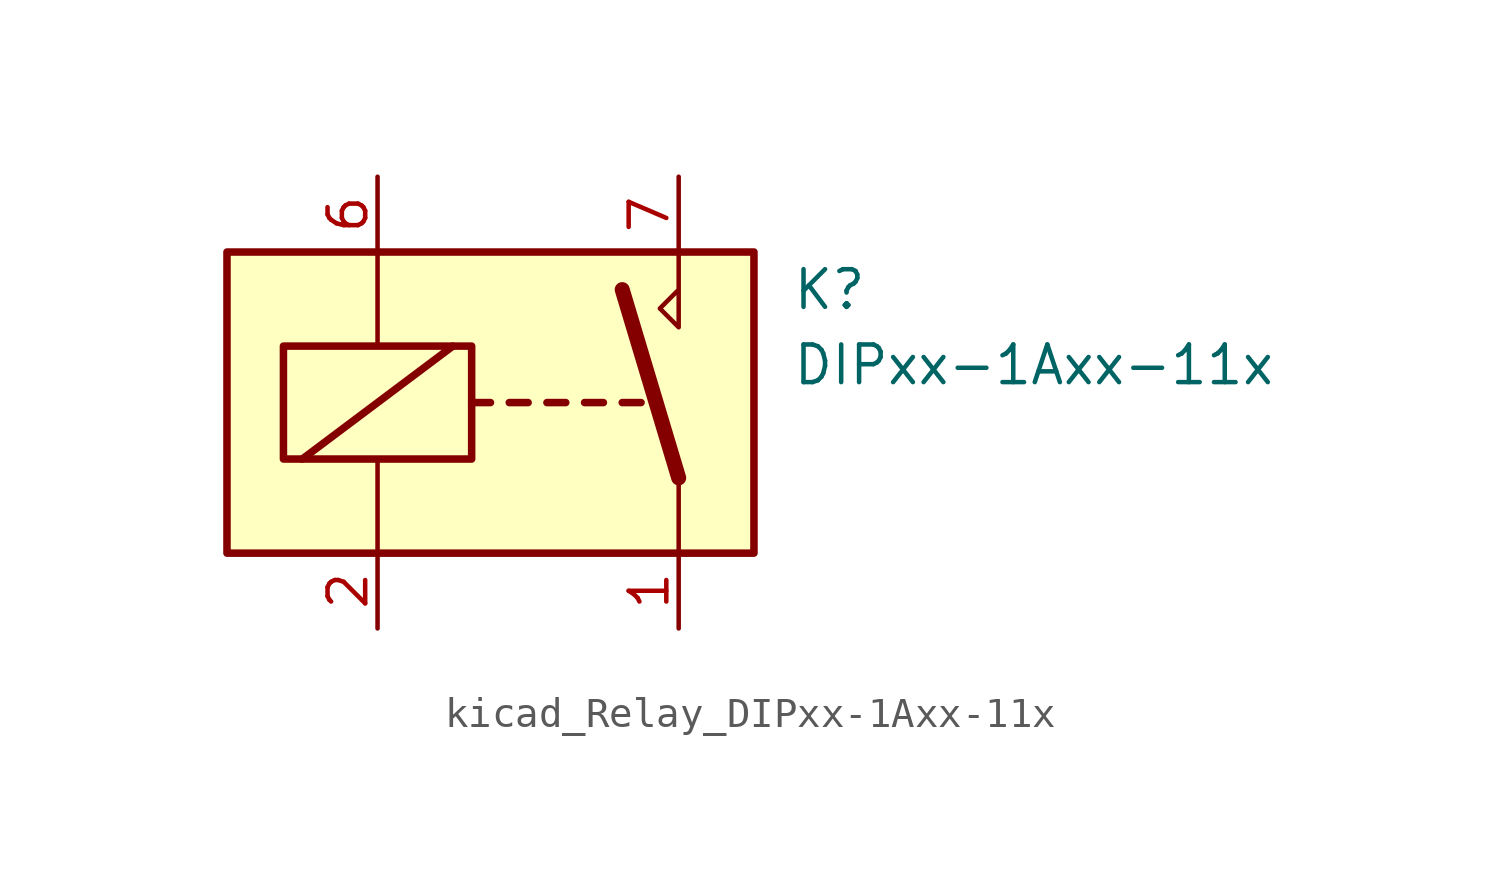
<source format=kicad_sym>
(kicad_symbol_lib
  (version 20220914)
  (generator kicad_symbol_editor)
  (symbol "kicad_Relay_DIPxx-1Axx-11x"
    (property "Reference" "K"
      (at 8.89 3.81 0)
      (effects (font (size 1.27 1.27)) (justify left)))
    (property "Value" "DIPxx-1Axx-11x"
      (at 8.89 1.27 0)
      (effects (font (size 1.27 1.27)) (justify left)))
    (symbol "kicad_Relay_DIPxx-1Axx-11x_0_0"
      (polyline (pts (xy 5.08 5.08) (xy 5.08 2.54) (xy 4.445 3.175) (xy 5.08 3.81)) (stroke (width 0) (type default)) (fill (type none))))
    (symbol "kicad_Relay_DIPxx-1Axx-11x_0_1"
      (rectangle (start -10.16 5.08) (end 7.62 -5.08) (stroke (width 0.254) (type default)) (fill (type background)))
      (rectangle (start -8.255 1.905) (end -1.905 -1.905) (stroke (width 0.254) (type default)) (fill (type none)))
      (polyline (pts (xy -7.62 -1.905) (xy -2.54 1.905)) (stroke (width 0.254) (type default)) (fill (type none)))
      (polyline (pts (xy -5.08 -5.08) (xy -5.08 -1.905)) (stroke (width 0) (type default)) (fill (type none)))
      (polyline (pts (xy -5.08 5.08) (xy -5.08 1.905)) (stroke (width 0) (type default)) (fill (type none)))
      (polyline (pts (xy -1.905 0) (xy -1.27 0)) (stroke (width 0.254) (type default)) (fill (type none)))
      (polyline (pts (xy -0.635 0) (xy 0 0)) (stroke (width 0.254) (type default)) (fill (type none)))
      (polyline (pts (xy 0.635 0) (xy 1.27 0)) (stroke (width 0.254) (type default)) (fill (type none)))
      (polyline (pts (xy 1.905 0) (xy 2.54 0)) (stroke (width 0.254) (type default)) (fill (type none)))
      (polyline (pts (xy 3.175 0) (xy 3.81 0)) (stroke (width 0.254) (type default)) (fill (type none)))
      (polyline (pts (xy 5.08 -2.54) (xy 3.175 3.81)) (stroke (width 0.508) (type default)) (fill (type none)))
      (polyline (pts (xy 5.08 -2.54) (xy 5.08 -5.08)) (stroke (width 0) (type default)) (fill (type none))))
    (symbol "kicad_Relay_DIPxx-1Axx-11x_1_1"
      (pin passive line (at 5.08 -7.62 90) (length 2.54) (name "~" (effects (font (size 1.27 1.27)))) (number "1" (effects (font (size 1.27 1.27)))))
      (pin passive line (at 5.08 -7.62 90) (length 2.54) hide (name "~" (effects (font (size 1.27 1.27)))) (number "14" (effects (font (size 1.27 1.27)))))
      (pin passive line (at -5.08 -7.62 90) (length 2.54) (name "~" (effects (font (size 1.27 1.27)))) (number "2" (effects (font (size 1.27 1.27)))))
      (pin passive line (at -5.08 7.62 270) (length 2.54) (name "~" (effects (font (size 1.27 1.27)))) (number "6" (effects (font (size 1.27 1.27)))))
      (pin passive line (at 5.08 7.62 270) (length 2.54) (name "~" (effects (font (size 1.27 1.27)))) (number "7" (effects (font (size 1.27 1.27)))))
      (pin passive line (at 5.08 7.62 270) (length 2.54) hide (name "~" (effects (font (size 1.27 1.27)))) (number "8" (effects (font (size 1.27 1.27))))))))
</source>
